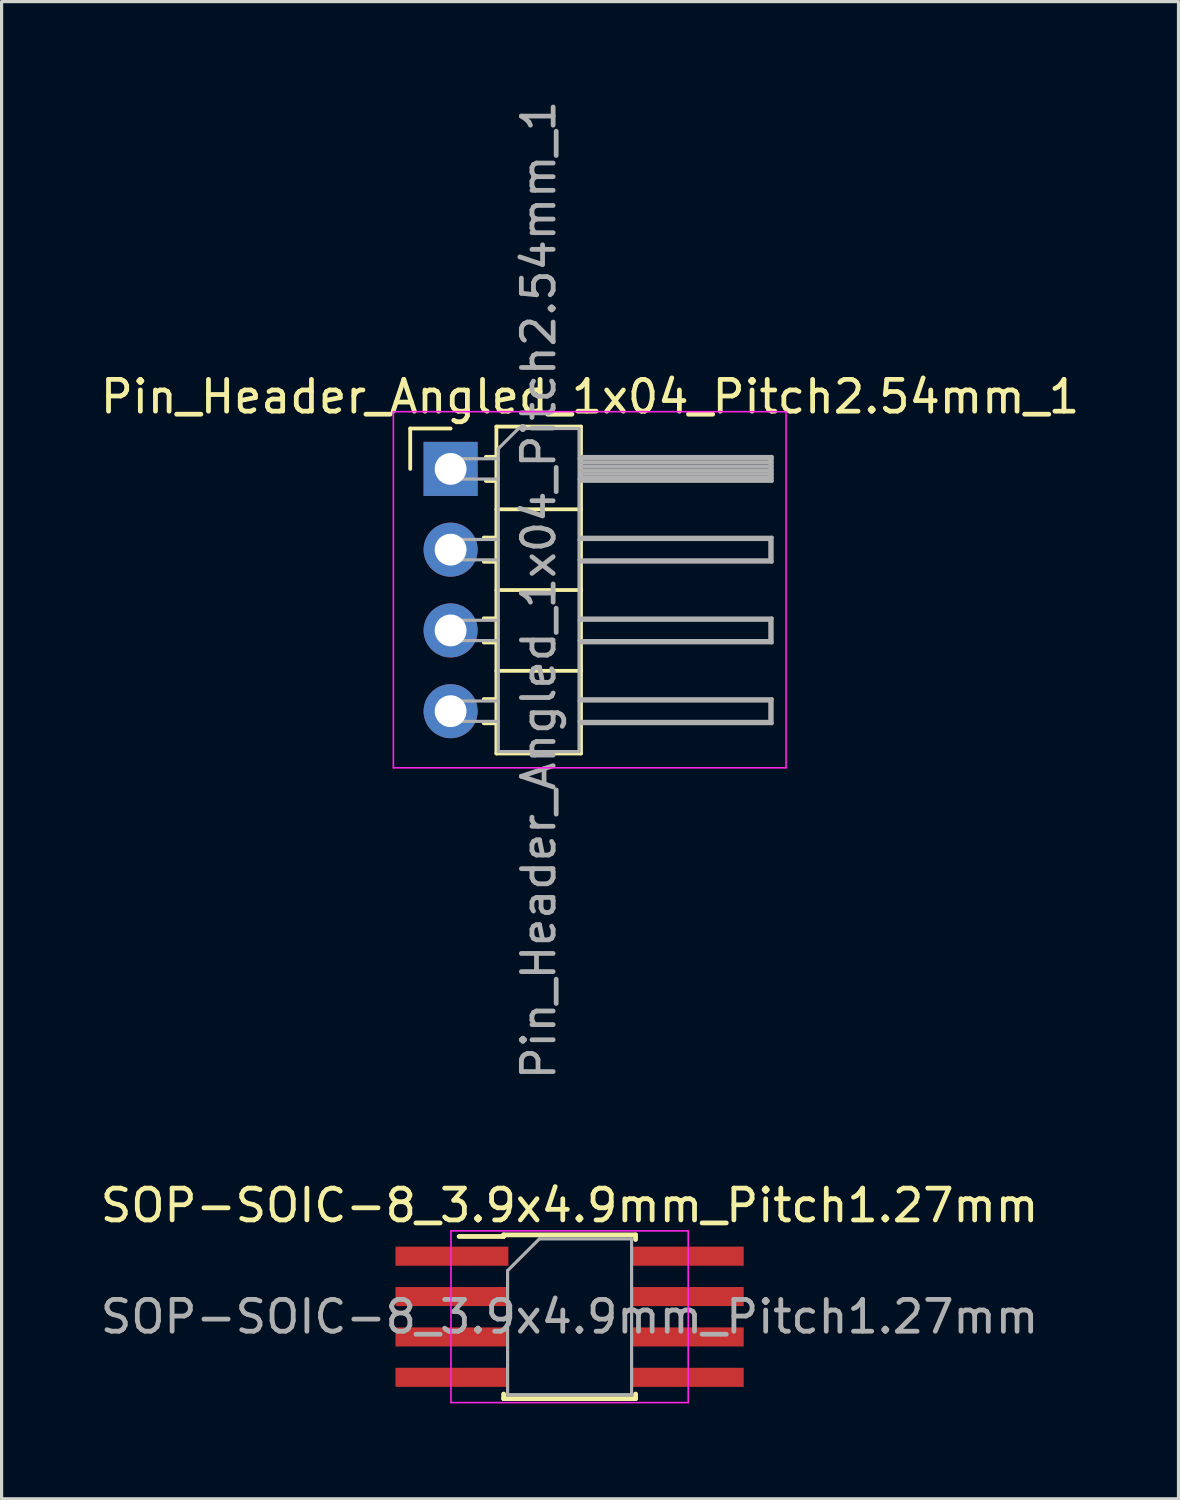
<source format=kicad_pcb>
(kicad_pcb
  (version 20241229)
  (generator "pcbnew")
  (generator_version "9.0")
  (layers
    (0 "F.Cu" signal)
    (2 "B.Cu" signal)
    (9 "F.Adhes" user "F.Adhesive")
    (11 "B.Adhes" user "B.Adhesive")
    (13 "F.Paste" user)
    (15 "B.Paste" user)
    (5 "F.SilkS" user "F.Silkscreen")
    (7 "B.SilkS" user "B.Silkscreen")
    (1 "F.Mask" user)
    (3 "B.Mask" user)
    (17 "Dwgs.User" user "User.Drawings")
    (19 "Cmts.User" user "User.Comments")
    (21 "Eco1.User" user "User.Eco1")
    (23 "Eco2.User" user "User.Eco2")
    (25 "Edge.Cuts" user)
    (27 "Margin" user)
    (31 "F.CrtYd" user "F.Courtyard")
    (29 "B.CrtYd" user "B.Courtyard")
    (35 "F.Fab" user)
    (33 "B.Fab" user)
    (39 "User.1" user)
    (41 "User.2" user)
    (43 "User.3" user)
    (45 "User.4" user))
  (footprint "SOP-SOIC-8_3.9x4.9mm_Pitch1.27mm"
    (layer "F.Cu")
    (at 14.863 38.36)
    (property "Reference" "SOP-SOIC-8_3.9x4.9mm_Pitch1.27mm" (at 0 -3.5 0) (layer "F.SilkS") (effects (font (size 1 1) (thickness 0.15))))
    (attr smd)
    (fp_line (start -2.075 -2.575) (end -2.075 -2.525) (stroke (width 0.15) (type solid)) (layer "F.SilkS"))
    (fp_line (start -2.075 -2.575) (end 2.075 -2.575) (stroke (width 0.15) (type solid)) (layer "F.SilkS"))
    (fp_line (start -2.075 -2.525) (end -3.475 -2.525) (stroke (width 0.15) (type solid)) (layer "F.SilkS"))
    (fp_line (start -2.075 2.575) (end -2.075 2.43) (stroke (width 0.15) (type solid)) (layer "F.SilkS"))
    (fp_line (start -2.075 2.575) (end 2.075 2.575) (stroke (width 0.15) (type solid)) (layer "F.SilkS"))
    (fp_line (start 2.075 -2.575) (end 2.075 -2.43) (stroke (width 0.15) (type solid)) (layer "F.SilkS"))
    (fp_line (start 2.075 2.575) (end 2.075 2.43) (stroke (width 0.15) (type solid)) (layer "F.SilkS"))
    (fp_line (start -3.73 -2.7) (end -3.73 2.7) (stroke (width 0.05) (type solid)) (layer "F.CrtYd"))
    (fp_line (start -3.73 -2.7) (end 3.73 -2.7) (stroke (width 0.05) (type solid)) (layer "F.CrtYd"))
    (fp_line (start -3.73 2.7) (end 3.73 2.7) (stroke (width 0.05) (type solid)) (layer "F.CrtYd"))
    (fp_line (start 3.73 -2.7) (end 3.73 2.7) (stroke (width 0.05) (type solid)) (layer "F.CrtYd"))
    (fp_line (start -1.95 -1.45) (end -0.95 -2.45) (stroke (width 0.1) (type solid)) (layer "F.Fab"))
    (fp_line (start -1.95 2.45) (end -1.95 -1.45) (stroke (width 0.1) (type solid)) (layer "F.Fab"))
    (fp_line (start -0.95 -2.45) (end 1.95 -2.45) (stroke (width 0.1) (type solid)) (layer "F.Fab"))
    (fp_line (start 1.95 -2.45) (end 1.95 2.45) (stroke (width 0.1) (type solid)) (layer "F.Fab"))
    (fp_line (start 1.95 2.45) (end -1.95 2.45) (stroke (width 0.1) (type solid)) (layer "F.Fab"))
    (fp_text user "${REFERENCE}" (at 0 0 0) (layer "F.Fab") (effects (font (size 1 1) (thickness 0.15))))
    (pad "1" smd rect (at -3.7 -1.905) (size 3.55 0.6) (layers "F.Cu" "F.Mask" "F.Paste"))
    (pad "2" smd rect (at -3.7 -0.635) (size 3.55 0.6) (layers "F.Cu" "F.Mask" "F.Paste"))
    (pad "3" smd rect (at -3.7 0.635) (size 3.55 0.6) (layers "F.Cu" "F.Mask" "F.Paste"))
    (pad "4" smd rect (at -3.7 1.905) (size 3.55 0.6) (layers "F.Cu" "F.Mask" "F.Paste"))
    (pad "5" smd rect (at 3.7 1.905) (size 3.55 0.6) (layers "F.Cu" "F.Mask" "F.Paste"))
    (pad "6" smd rect (at 3.7 0.635) (size 3.55 0.6) (layers "F.Cu" "F.Mask" "F.Paste"))
    (pad "7" smd rect (at 3.7 -0.635) (size 3.55 0.6) (layers "F.Cu" "F.Mask" "F.Paste"))
    (pad "8" smd rect (at 3.7 -1.905) (size 3.55 0.6) (layers "F.Cu" "F.Mask" "F.Paste")))
  (footprint "Pin_Header_Angled_1x04_Pitch2.54mm_1"
    (layer "F.Cu")
    (at 11.121 11.696)
    (property "Reference" "Pin_Header_Angled_1x04_Pitch2.54mm_1" (at 4.385 -2.27 0) (layer "F.SilkS") (effects (font (size 1 1) (thickness 0.15))))
    (attr through_hole)
    (fp_line (start -1.27 -1.27) (end 0 -1.27) (stroke (width 0.12) (type solid)) (layer "F.SilkS"))
    (fp_line (start -1.27 0) (end -1.27 -1.27) (stroke (width 0.12) (type solid)) (layer "F.SilkS"))
    (fp_line (start 1.043 2.16) (end 1.44 2.16) (stroke (width 0.12) (type solid)) (layer "F.SilkS"))
    (fp_line (start 1.043 2.92) (end 1.44 2.92) (stroke (width 0.12) (type solid)) (layer "F.SilkS"))
    (fp_line (start 1.043 4.7) (end 1.44 4.7) (stroke (width 0.12) (type solid)) (layer "F.SilkS"))
    (fp_line (start 1.043 5.46) (end 1.44 5.46) (stroke (width 0.12) (type solid)) (layer "F.SilkS"))
    (fp_line (start 1.043 7.24) (end 1.44 7.24) (stroke (width 0.12) (type solid)) (layer "F.SilkS"))
    (fp_line (start 1.043 8) (end 1.44 8) (stroke (width 0.12) (type solid)) (layer "F.SilkS"))
    (fp_line (start 1.11 -0.38) (end 1.44 -0.38) (stroke (width 0.12) (type solid)) (layer "F.SilkS"))
    (fp_line (start 1.11 0.38) (end 1.44 0.38) (stroke (width 0.12) (type solid)) (layer "F.SilkS"))
    (fp_line (start 1.44 -1.33) (end 1.44 8.95) (stroke (width 0.12) (type solid)) (layer "F.SilkS"))
    (fp_line (start 1.44 1.27) (end 4.1 1.27) (stroke (width 0.12) (type solid)) (layer "F.SilkS"))
    (fp_line (start 1.44 3.81) (end 4.1 3.81) (stroke (width 0.12) (type solid)) (layer "F.SilkS"))
    (fp_line (start 1.44 6.35) (end 4.1 6.35) (stroke (width 0.12) (type solid)) (layer "F.SilkS"))
    (fp_line (start 1.44 8.95) (end 4.1 8.95) (stroke (width 0.12) (type solid)) (layer "F.SilkS"))
    (fp_line (start 4.1 -1.33) (end 1.44 -1.33) (stroke (width 0.12) (type solid)) (layer "F.SilkS"))
    (fp_line (start 4.1 8.95) (end 4.1 -1.33) (stroke (width 0.12) (type solid)) (layer "F.SilkS"))
    (fp_line (start -1.8 -1.8) (end -1.8 9.4) (stroke (width 0.05) (type solid)) (layer "F.CrtYd"))
    (fp_line (start -1.8 9.4) (end 10.55 9.4) (stroke (width 0.05) (type solid)) (layer "F.CrtYd"))
    (fp_line (start 10.55 -1.8) (end -1.8 -1.8) (stroke (width 0.05) (type solid)) (layer "F.CrtYd"))
    (fp_line (start 10.55 9.4) (end 10.55 -1.8) (stroke (width 0.05) (type solid)) (layer "F.CrtYd"))
    (fp_line (start -0.32 -0.32) (end -0.32 0.32) (stroke (width 0.1) (type solid)) (layer "F.Fab"))
    (fp_line (start -0.32 -0.32) (end 1.5 -0.32) (stroke (width 0.1) (type solid)) (layer "F.Fab"))
    (fp_line (start -0.32 0.32) (end 1.5 0.32) (stroke (width 0.1) (type solid)) (layer "F.Fab"))
    (fp_line (start -0.32 2.22) (end -0.32 2.86) (stroke (width 0.1) (type solid)) (layer "F.Fab"))
    (fp_line (start -0.32 2.22) (end 1.5 2.22) (stroke (width 0.1) (type solid)) (layer "F.Fab"))
    (fp_line (start -0.32 2.86) (end 1.5 2.86) (stroke (width 0.1) (type solid)) (layer "F.Fab"))
    (fp_line (start -0.32 4.76) (end -0.32 5.4) (stroke (width 0.1) (type solid)) (layer "F.Fab"))
    (fp_line (start -0.32 4.76) (end 1.5 4.76) (stroke (width 0.1) (type solid)) (layer "F.Fab"))
    (fp_line (start -0.32 5.4) (end 1.5 5.4) (stroke (width 0.1) (type solid)) (layer "F.Fab"))
    (fp_line (start -0.32 7.3) (end -0.32 7.94) (stroke (width 0.1) (type solid)) (layer "F.Fab"))
    (fp_line (start -0.32 7.3) (end 1.5 7.3) (stroke (width 0.1) (type solid)) (layer "F.Fab"))
    (fp_line (start -0.32 7.94) (end 1.5 7.94) (stroke (width 0.1) (type solid)) (layer "F.Fab"))
    (fp_line (start 1.5 -0.635) (end 2.135 -1.27) (stroke (width 0.1) (type solid)) (layer "F.Fab"))
    (fp_line (start 1.5 8.89) (end 1.5 -0.635) (stroke (width 0.1) (type solid)) (layer "F.Fab"))
    (fp_line (start 2.135 -1.27) (end 4.04 -1.27) (stroke (width 0.1) (type solid)) (layer "F.Fab"))
    (fp_line (start 4.04 -1.27) (end 4.04 8.89) (stroke (width 0.1) (type solid)) (layer "F.Fab"))
    (fp_line (start 4.04 -0.32) (end 10.04 -0.32) (stroke (width 0.1) (type solid)) (layer "F.Fab"))
    (fp_line (start 4.04 0.32) (end 10.04 0.32) (stroke (width 0.1) (type solid)) (layer "F.Fab"))
    (fp_line (start 4.04 2.22) (end 10.04 2.22) (stroke (width 0.1) (type solid)) (layer "F.Fab"))
    (fp_line (start 4.04 2.86) (end 10.04 2.86) (stroke (width 0.1) (type solid)) (layer "F.Fab"))
    (fp_line (start 4.04 4.76) (end 10.04 4.76) (stroke (width 0.1) (type solid)) (layer "F.Fab"))
    (fp_line (start 4.04 5.4) (end 10.04 5.4) (stroke (width 0.1) (type solid)) (layer "F.Fab"))
    (fp_line (start 4.04 7.3) (end 10.04 7.3) (stroke (width 0.1) (type solid)) (layer "F.Fab"))
    (fp_line (start 4.04 7.94) (end 10.04 7.94) (stroke (width 0.1) (type solid)) (layer "F.Fab"))
    (fp_line (start 4.04 8.89) (end 1.5 8.89) (stroke (width 0.1) (type solid)) (layer "F.Fab"))
    (fp_line (start 4.1 -0.38) (end 10.1 -0.38) (stroke (width 0.12) (type solid)) (layer "F.Fab"))
    (fp_line (start 4.1 -0.32) (end 10.1 -0.32) (stroke (width 0.12) (type solid)) (layer "F.Fab"))
    (fp_line (start 4.1 -0.2) (end 10.1 -0.2) (stroke (width 0.12) (type solid)) (layer "F.Fab"))
    (fp_line (start 4.1 -0.08) (end 10.1 -0.08) (stroke (width 0.12) (type solid)) (layer "F.Fab"))
    (fp_line (start 4.1 0.04) (end 10.1 0.04) (stroke (width 0.12) (type solid)) (layer "F.Fab"))
    (fp_line (start 4.1 0.16) (end 10.1 0.16) (stroke (width 0.12) (type solid)) (layer "F.Fab"))
    (fp_line (start 4.1 0.28) (end 10.1 0.28) (stroke (width 0.12) (type solid)) (layer "F.Fab"))
    (fp_line (start 4.1 2.16) (end 10.1 2.16) (stroke (width 0.12) (type solid)) (layer "F.Fab"))
    (fp_line (start 4.1 4.7) (end 10.1 4.7) (stroke (width 0.12) (type solid)) (layer "F.Fab"))
    (fp_line (start 4.1 7.24) (end 10.1 7.24) (stroke (width 0.12) (type solid)) (layer "F.Fab"))
    (fp_line (start 10.04 -0.32) (end 10.04 0.32) (stroke (width 0.1) (type solid)) (layer "F.Fab"))
    (fp_line (start 10.04 2.22) (end 10.04 2.86) (stroke (width 0.1) (type solid)) (layer "F.Fab"))
    (fp_line (start 10.04 4.76) (end 10.04 5.4) (stroke (width 0.1) (type solid)) (layer "F.Fab"))
    (fp_line (start 10.04 7.3) (end 10.04 7.94) (stroke (width 0.1) (type solid)) (layer "F.Fab"))
    (fp_line (start 10.1 -0.38) (end 10.1 0.38) (stroke (width 0.12) (type solid)) (layer "F.Fab"))
    (fp_line (start 10.1 0.38) (end 4.1 0.38) (stroke (width 0.12) (type solid)) (layer "F.Fab"))
    (fp_line (start 10.1 2.16) (end 10.1 2.92) (stroke (width 0.12) (type solid)) (layer "F.Fab"))
    (fp_line (start 10.1 2.92) (end 4.1 2.92) (stroke (width 0.12) (type solid)) (layer "F.Fab"))
    (fp_line (start 10.1 4.7) (end 10.1 5.46) (stroke (width 0.12) (type solid)) (layer "F.Fab"))
    (fp_line (start 10.1 5.46) (end 4.1 5.46) (stroke (width 0.12) (type solid)) (layer "F.Fab"))
    (fp_line (start 10.1 7.24) (end 10.1 8) (stroke (width 0.12) (type solid)) (layer "F.Fab"))
    (fp_line (start 10.1 8) (end 4.1 8) (stroke (width 0.12) (type solid)) (layer "F.Fab"))
    (fp_text user "${REFERENCE}" (at 2.77 3.81 90) (layer "F.Fab") (effects (font (size 1 1) (thickness 0.15))))
    (pad "1" thru_hole rect (at 0 0) (size 1.7 1.7) (drill 1) (layers "*.Cu" "*.Mask"))
    (pad "2" thru_hole oval (at 0 2.54) (size 1.7 1.7) (drill 1) (layers "*.Cu" "*.Mask"))
    (pad "3" thru_hole oval (at 0 5.08) (size 1.7 1.7) (drill 1) (layers "*.Cu" "*.Mask"))
    (pad "4" thru_hole oval (at 0 7.62) (size 1.7 1.7) (drill 1) (layers "*.Cu" "*.Mask")))
  (gr_rect
    (start -3 -3)
    (end 34.012 44.085)
    (stroke (width 0.1) (type default))
    (fill no)
    (layer "Edge.Cuts")))
</source>
